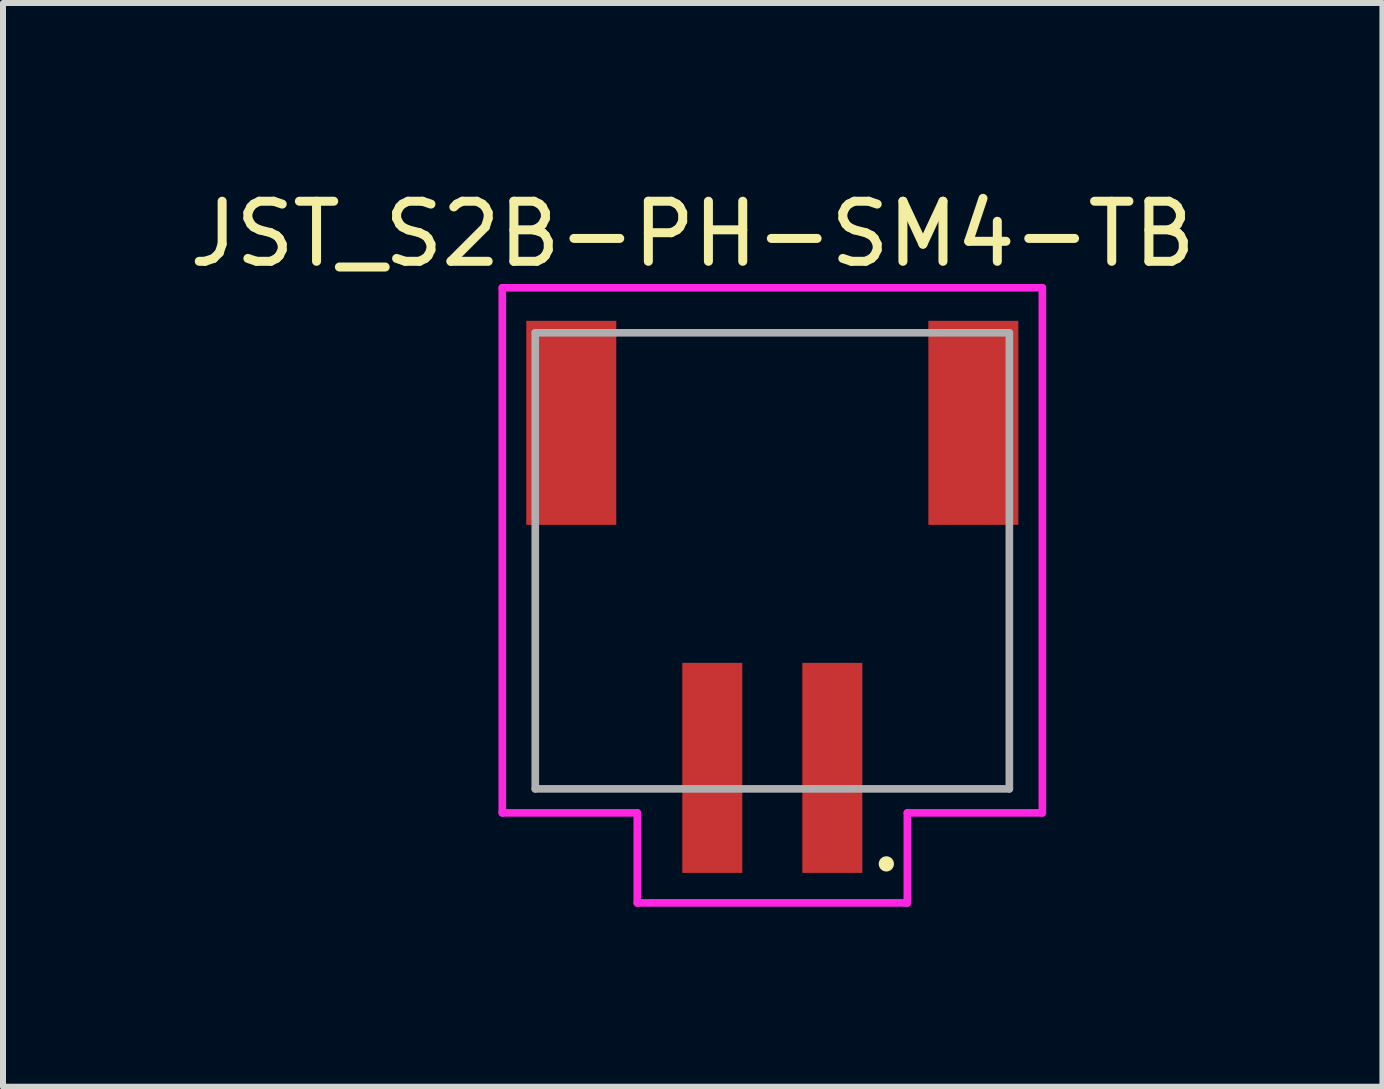
<source format=kicad_pcb>
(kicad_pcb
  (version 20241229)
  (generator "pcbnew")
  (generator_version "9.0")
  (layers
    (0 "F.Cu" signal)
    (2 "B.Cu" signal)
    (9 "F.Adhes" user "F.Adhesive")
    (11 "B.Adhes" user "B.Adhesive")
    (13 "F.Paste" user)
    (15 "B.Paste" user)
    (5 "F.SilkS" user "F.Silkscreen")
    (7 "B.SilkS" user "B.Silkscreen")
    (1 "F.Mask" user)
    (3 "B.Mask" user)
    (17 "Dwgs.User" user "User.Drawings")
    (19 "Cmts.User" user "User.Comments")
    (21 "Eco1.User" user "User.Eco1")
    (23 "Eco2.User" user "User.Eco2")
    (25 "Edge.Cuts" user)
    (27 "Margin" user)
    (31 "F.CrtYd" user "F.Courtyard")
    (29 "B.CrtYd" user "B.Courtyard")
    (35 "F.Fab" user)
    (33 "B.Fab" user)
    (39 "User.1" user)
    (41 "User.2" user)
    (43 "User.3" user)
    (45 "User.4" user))
  (footprint "JST_S2B-PH-SM4-TB"
    (layer "F.Cu")
    (at 9.82 9.746)
    (property "Reference" "JST_S2B-PH-SM4-TB" (at -1.327 -8.897 0) (layer "F.SilkS") (effects (font (size 1.001 1.001) (thickness 0.15))))
    (attr smd)
    (fp_circle (center 1.9 1.6) (end 2.027 1.6) (stroke (width 0) (type solid)) (fill yes) (layer "F.SilkS"))
    (fp_line (start -4.5 -8) (end 4.5 -8) (stroke (width 0.127) (type solid)) (layer "F.CrtYd"))
    (fp_line (start -4.5 0.75) (end -4.5 -8) (stroke (width 0.127) (type solid)) (layer "F.CrtYd"))
    (fp_line (start -2.25 0.75) (end -4.5 0.75) (stroke (width 0.127) (type solid)) (layer "F.CrtYd"))
    (fp_line (start -2.25 2.25) (end -2.25 0.75) (stroke (width 0.127) (type solid)) (layer "F.CrtYd"))
    (fp_line (start 2.25 0.75) (end 2.25 2.25) (stroke (width 0.127) (type solid)) (layer "F.CrtYd"))
    (fp_line (start 2.25 2.25) (end -2.25 2.25) (stroke (width 0.127) (type solid)) (layer "F.CrtYd"))
    (fp_line (start 4.5 -8) (end 4.5 0.75) (stroke (width 0.127) (type solid)) (layer "F.CrtYd"))
    (fp_line (start 4.5 0.75) (end 2.25 0.75) (stroke (width 0.127) (type solid)) (layer "F.CrtYd"))
    (fp_line (start -3.95 -7.25) (end -3.95 0.35) (stroke (width 0.127) (type solid)) (layer "F.Fab"))
    (fp_line (start -3.95 0.35) (end 3.95 0.35) (stroke (width 0.127) (type solid)) (layer "F.Fab"))
    (fp_line (start 3.95 -7.25) (end -3.95 -7.25) (stroke (width 0.127) (type solid)) (layer "F.Fab"))
    (fp_line (start 3.95 0.35) (end 3.95 -7.25) (stroke (width 0.127) (type solid)) (layer "F.Fab"))
    (pad "1" smd rect (at 1 0) (size 1 3.5) (layers "F.Cu" "F.Mask" "F.Paste"))
    (pad "2" smd rect (at -1 0) (size 1 3.5) (layers "F.Cu" "F.Mask" "F.Paste"))
    (pad "P1" smd rect (at 3.35 -5.75) (size 1.5 3.4) (layers "F.Cu" "F.Mask" "F.Paste"))
    (pad "P2" smd rect (at -3.35 -5.75) (size 1.5 3.4) (layers "F.Cu" "F.Mask" "F.Paste")))
  (gr_rect
    (start -3 -3)
    (end 19.987 15.06)
    (stroke (width 0.1) (type default))
    (fill no)
    (layer "Edge.Cuts")))
</source>
